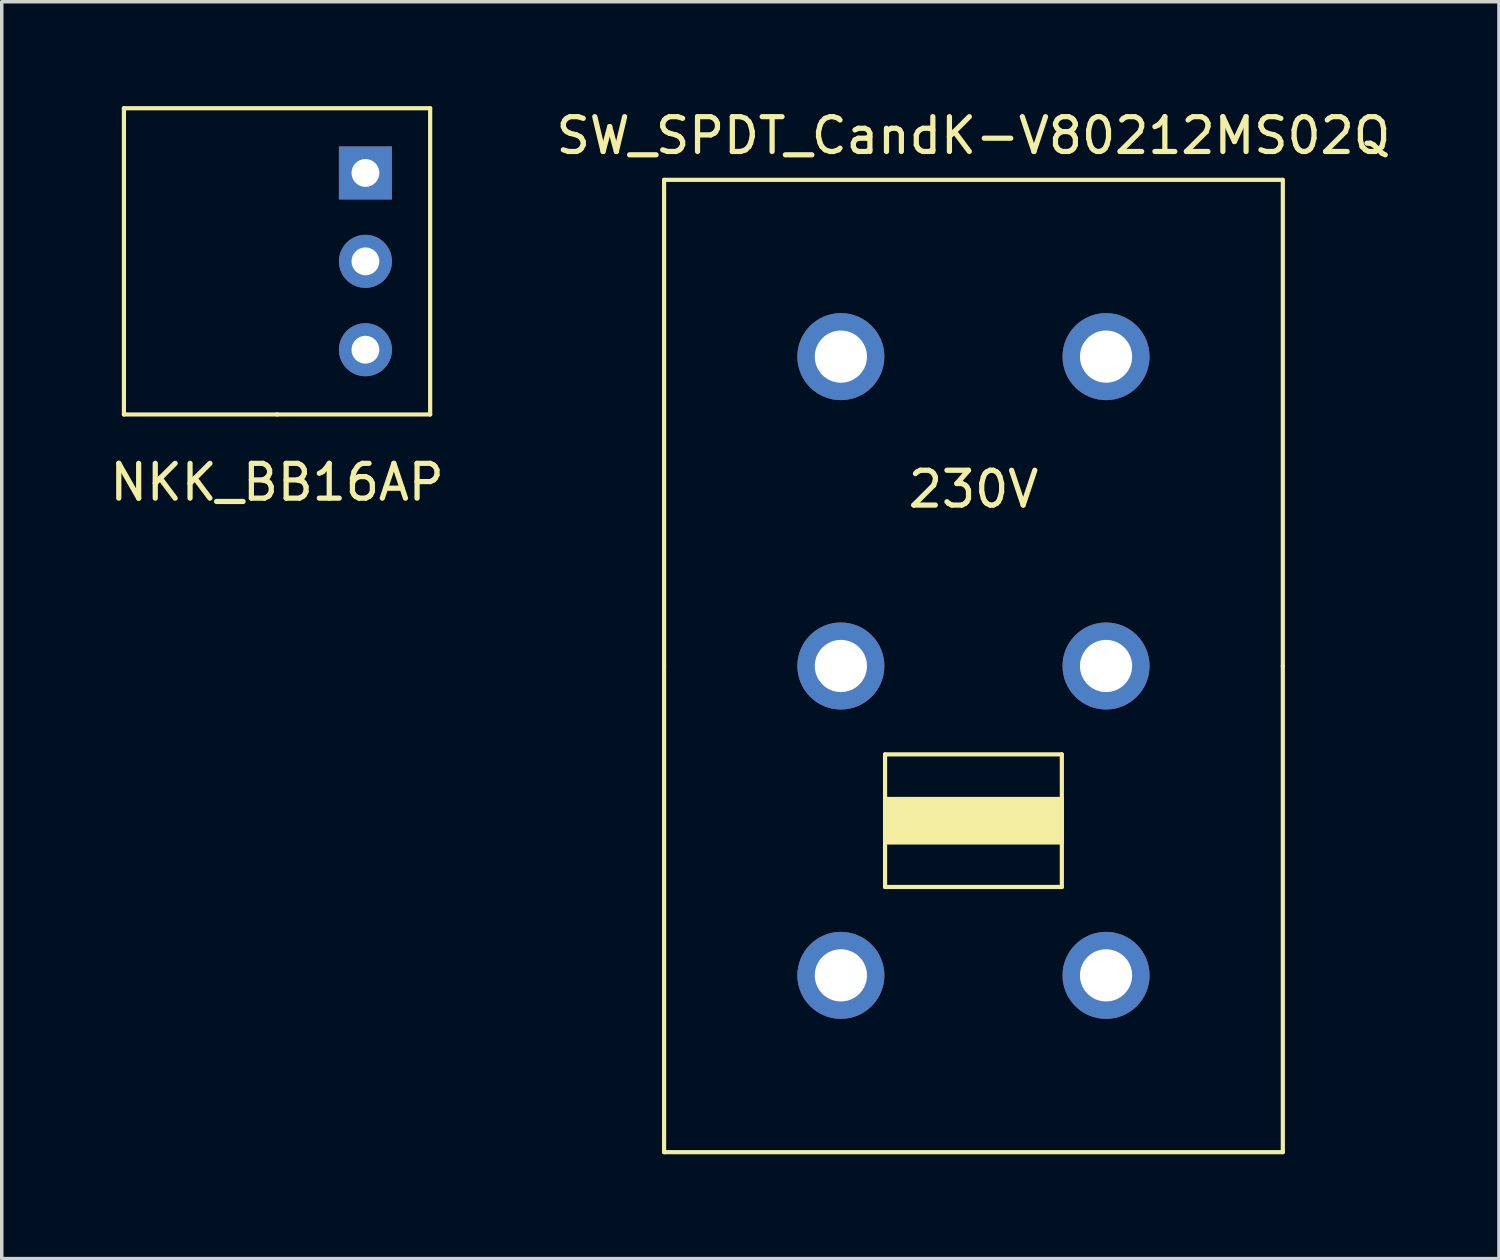
<source format=kicad_pcb>
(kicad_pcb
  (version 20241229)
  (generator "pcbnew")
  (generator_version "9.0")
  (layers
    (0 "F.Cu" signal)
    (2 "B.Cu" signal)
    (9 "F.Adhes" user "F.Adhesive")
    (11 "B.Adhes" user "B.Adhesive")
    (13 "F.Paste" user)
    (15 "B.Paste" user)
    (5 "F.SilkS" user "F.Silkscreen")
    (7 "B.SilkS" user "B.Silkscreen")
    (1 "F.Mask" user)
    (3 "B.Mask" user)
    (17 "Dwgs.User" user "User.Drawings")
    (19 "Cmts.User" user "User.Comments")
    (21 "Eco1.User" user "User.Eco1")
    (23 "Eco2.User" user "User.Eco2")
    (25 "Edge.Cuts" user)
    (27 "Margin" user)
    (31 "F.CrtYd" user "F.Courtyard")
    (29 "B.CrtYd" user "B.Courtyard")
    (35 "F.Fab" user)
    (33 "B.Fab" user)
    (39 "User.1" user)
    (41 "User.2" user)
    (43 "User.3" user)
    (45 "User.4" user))
  (footprint "NKK_BB16AP"
    (layer "F.Cu")
    (at 4.911 4.46)
    (property "Reference" "NKK_BB16AP" (at 0 6.35 0) (layer "F.SilkS") (effects (font (size 1 1) (thickness 0.15))))
    (attr through_hole)
    (fp_line (start -4.4 -4.4) (end -4.4 4.4) (stroke (width 0.12) (type solid)) (layer "F.SilkS"))
    (fp_line (start -4.4 4.4) (end 0 4.4) (stroke (width 0.12) (type solid)) (layer "F.SilkS"))
    (fp_line (start 0 4.4) (end 4.4 4.4) (stroke (width 0.12) (type solid)) (layer "F.SilkS"))
    (fp_line (start 4.4 -4.4) (end -4.4 -4.4) (stroke (width 0.12) (type solid)) (layer "F.SilkS"))
    (fp_line (start 4.4 4.4) (end 4.4 -4.4) (stroke (width 0.12) (type solid)) (layer "F.SilkS"))
    (pad "1" thru_hole rect (at 2.54 -2.54) (size 1.524 1.524) (drill 0.8) (layers "*.Cu" "*.Mask"))
    (pad "2" thru_hole circle (at 2.54 0) (size 1.524 1.524) (drill 0.8) (layers "*.Cu" "*.Mask"))
    (pad "3" thru_hole circle (at 2.54 2.54) (size 1.524 1.524) (drill 0.8) (layers "*.Cu" "*.Mask")))
  (footprint "SW_SPDT_CandK-V80212MS02Q"
    (layer "F.Cu")
    (at 24.923 16.088)
    (property "Reference" "SW_SPDT_CandK-V80212MS02Q" (at 0 -15.24 0) (layer "F.SilkS") (effects (font (size 1 1) (thickness 0.15))))
    (attr through_hole)
    (fp_line (start -8.89 -13.97) (end 8.89 -13.97) (stroke (width 0.12) (type solid)) (layer "F.SilkS"))
    (fp_line (start -8.89 0) (end -8.89 -13.97) (stroke (width 0.12) (type solid)) (layer "F.SilkS"))
    (fp_line (start -8.89 0) (end -8.89 13.97) (stroke (width 0.12) (type solid)) (layer "F.SilkS"))
    (fp_line (start -8.89 13.97) (end 8.89 13.97) (stroke (width 0.12) (type solid)) (layer "F.SilkS"))
    (fp_line (start -2.54 2.54) (end -2.54 6.35) (stroke (width 0.12) (type solid)) (layer "F.SilkS"))
    (fp_line (start -2.54 6.35) (end 2.54 6.35) (stroke (width 0.12) (type solid)) (layer "F.SilkS"))
    (fp_line (start 2.54 2.54) (end -2.54 2.54) (stroke (width 0.12) (type solid)) (layer "F.SilkS"))
    (fp_line (start 2.54 6.35) (end 2.54 2.54) (stroke (width 0.12) (type solid)) (layer "F.SilkS"))
    (fp_line (start 8.89 0) (end 8.89 -13.97) (stroke (width 0.12) (type solid)) (layer "F.SilkS"))
    (fp_line (start 8.89 0) (end 8.89 13.97) (stroke (width 0.12) (type solid)) (layer "F.SilkS"))
    (fp_poly (pts (xy -2.54 3.81) (xy 2.54 3.81) (xy 2.54 5.08) (xy -2.54 5.08)) (stroke (width 0.1) (type solid)) (fill yes) (layer "F.SilkS"))
    (fp_text user "230V" (at 0 -5.08 0) (layer "F.SilkS") (effects (font (size 1 1) (thickness 0.15))))
    (pad "1" thru_hole circle (at -3.81 -8.89) (size 2.5 2.5) (drill 1.5) (layers "*.Cu" "*.Mask"))
    (pad "2" thru_hole circle (at -3.81 0) (size 2.5 2.5) (drill 1.5) (layers "*.Cu" "*.Mask"))
    (pad "3" thru_hole circle (at -3.81 8.89) (size 2.5 2.5) (drill 1.5) (layers "*.Cu" "*.Mask"))
    (pad "4" thru_hole circle (at 3.81 -8.89) (size 2.5 2.5) (drill 1.5) (layers "*.Cu" "*.Mask"))
    (pad "5" thru_hole circle (at 3.81 0) (size 2.5 2.5) (drill 1.5) (layers "*.Cu" "*.Mask"))
    (pad "6" thru_hole circle (at 3.81 8.89) (size 2.5 2.5) (drill 1.5) (layers "*.Cu" "*.Mask")))
  (gr_rect
    (start -3 -3)
    (end 40.024 33.118)
    (stroke (width 0.1) (type default))
    (fill no)
    (layer "Edge.Cuts")))
</source>
